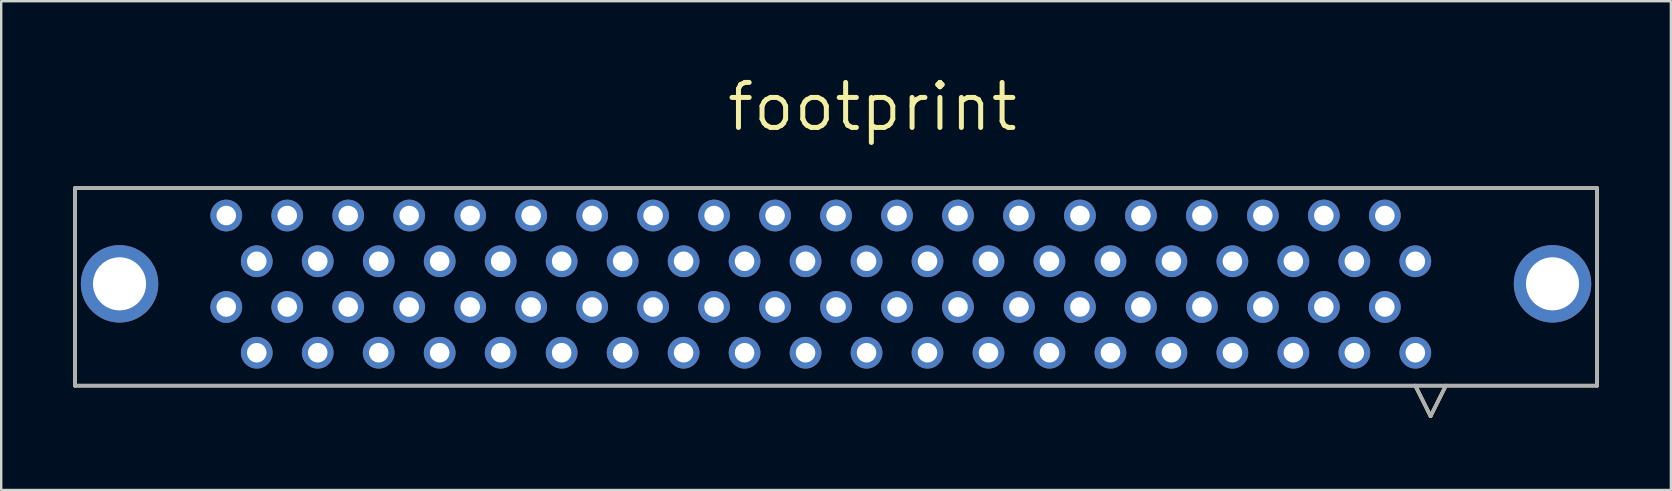
<source format=kicad_pcb>
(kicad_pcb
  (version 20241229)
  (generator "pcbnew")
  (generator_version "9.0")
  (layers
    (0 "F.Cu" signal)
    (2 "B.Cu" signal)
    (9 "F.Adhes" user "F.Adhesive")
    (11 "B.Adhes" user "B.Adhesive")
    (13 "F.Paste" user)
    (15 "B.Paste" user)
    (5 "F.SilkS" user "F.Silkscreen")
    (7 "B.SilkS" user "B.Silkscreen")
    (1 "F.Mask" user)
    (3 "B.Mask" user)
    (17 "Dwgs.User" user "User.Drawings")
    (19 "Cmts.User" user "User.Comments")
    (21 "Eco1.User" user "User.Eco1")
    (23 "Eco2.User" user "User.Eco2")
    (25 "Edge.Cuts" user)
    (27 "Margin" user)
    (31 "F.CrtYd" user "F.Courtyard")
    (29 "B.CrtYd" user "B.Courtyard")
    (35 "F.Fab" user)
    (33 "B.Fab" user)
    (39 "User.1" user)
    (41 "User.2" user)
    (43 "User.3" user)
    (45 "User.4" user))
  (footprint "footprint"
    (layer "F.Cu")
    (at 31.775 4.785)
    (property "Reference" "footprint" (at -4.648 -2.286 0) (layer "F.SilkS") (effects (font (size 1.875 1.875) (thickness 0.208)) (justify left bottom)))
    (fp_line (start -31.699 0) (end -31.699 8.23) (stroke (width 0.152) (type solid)) (layer "F.SilkS"))
    (fp_line (start -31.699 8.23) (end 31.699 8.23) (stroke (width 0.152) (type solid)) (layer "F.SilkS"))
    (fp_line (start 24.13 8.23) (end 24.765 9.5) (stroke (width 0.152) (type solid)) (layer "F.SilkS"))
    (fp_line (start 25.4 8.23) (end 24.765 9.5) (stroke (width 0.152) (type solid)) (layer "F.SilkS"))
    (fp_line (start 31.699 0) (end -31.699 0) (stroke (width 0.152) (type solid)) (layer "F.SilkS"))
    (fp_line (start 31.699 8.23) (end 31.699 0) (stroke (width 0.152) (type solid)) (layer "F.SilkS"))
    (fp_line (start -31.699 0) (end -31.699 8.23) (stroke (width 0.152) (type solid)) (layer "F.Fab"))
    (fp_line (start -31.699 8.23) (end 31.699 8.23) (stroke (width 0.152) (type solid)) (layer "F.Fab"))
    (fp_line (start 24.13 8.23) (end 24.765 9.5) (stroke (width 0.152) (type solid)) (layer "F.Fab"))
    (fp_line (start 25.4 8.23) (end 24.765 9.5) (stroke (width 0.152) (type solid)) (layer "F.Fab"))
    (fp_line (start 31.699 0) (end -31.699 0) (stroke (width 0.152) (type solid)) (layer "F.Fab"))
    (fp_line (start 31.699 8.23) (end 31.699 0) (stroke (width 0.152) (type solid)) (layer "F.Fab"))
    (pad "1" thru_hole circle (at 24.13 6.858) (size 1.321 1.321) (drill 0.813) (layers "*.Cu" "*.Mask"))
    (pad "2" thru_hole circle (at 22.86 4.953) (size 1.321 1.321) (drill 0.813) (layers "*.Cu" "*.Mask"))
    (pad "3" thru_hole circle (at 21.59 6.858) (size 1.321 1.321) (drill 0.813) (layers "*.Cu" "*.Mask"))
    (pad "4" thru_hole circle (at 20.32 4.953) (size 1.321 1.321) (drill 0.813) (layers "*.Cu" "*.Mask"))
    (pad "5" thru_hole circle (at 19.05 6.858) (size 1.321 1.321) (drill 0.813) (layers "*.Cu" "*.Mask"))
    (pad "6" thru_hole circle (at 17.78 4.953) (size 1.321 1.321) (drill 0.813) (layers "*.Cu" "*.Mask"))
    (pad "7" thru_hole circle (at 16.51 6.858) (size 1.321 1.321) (drill 0.813) (layers "*.Cu" "*.Mask"))
    (pad "8" thru_hole circle (at 15.24 4.953) (size 1.321 1.321) (drill 0.813) (layers "*.Cu" "*.Mask"))
    (pad "9" thru_hole circle (at 13.97 6.858) (size 1.321 1.321) (drill 0.813) (layers "*.Cu" "*.Mask"))
    (pad "10" thru_hole circle (at 12.7 4.953) (size 1.321 1.321) (drill 0.813) (layers "*.Cu" "*.Mask"))
    (pad "11" thru_hole circle (at 11.43 6.858) (size 1.321 1.321) (drill 0.813) (layers "*.Cu" "*.Mask"))
    (pad "12" thru_hole circle (at 10.16 4.953) (size 1.321 1.321) (drill 0.813) (layers "*.Cu" "*.Mask"))
    (pad "13" thru_hole circle (at 8.89 6.858) (size 1.321 1.321) (drill 0.813) (layers "*.Cu" "*.Mask"))
    (pad "14" thru_hole circle (at 7.62 4.953) (size 1.321 1.321) (drill 0.813) (layers "*.Cu" "*.Mask"))
    (pad "15" thru_hole circle (at 6.35 6.858) (size 1.321 1.321) (drill 0.813) (layers "*.Cu" "*.Mask"))
    (pad "16" thru_hole circle (at 5.08 4.953) (size 1.321 1.321) (drill 0.813) (layers "*.Cu" "*.Mask"))
    (pad "17" thru_hole circle (at 3.81 6.858) (size 1.321 1.321) (drill 0.813) (layers "*.Cu" "*.Mask"))
    (pad "18" thru_hole circle (at 2.54 4.953) (size 1.321 1.321) (drill 0.813) (layers "*.Cu" "*.Mask"))
    (pad "19" thru_hole circle (at 1.27 6.858) (size 1.321 1.321) (drill 0.813) (layers "*.Cu" "*.Mask"))
    (pad "20" thru_hole circle (at 0 4.953) (size 1.321 1.321) (drill 0.813) (layers "*.Cu" "*.Mask"))
    (pad "21" thru_hole circle (at -1.27 6.858) (size 1.321 1.321) (drill 0.813) (layers "*.Cu" "*.Mask"))
    (pad "22" thru_hole circle (at -2.54 4.953) (size 1.321 1.321) (drill 0.813) (layers "*.Cu" "*.Mask"))
    (pad "23" thru_hole circle (at -3.81 6.858) (size 1.321 1.321) (drill 0.813) (layers "*.Cu" "*.Mask"))
    (pad "24" thru_hole circle (at -5.08 4.953) (size 1.321 1.321) (drill 0.813) (layers "*.Cu" "*.Mask"))
    (pad "25" thru_hole circle (at -6.35 6.858) (size 1.321 1.321) (drill 0.813) (layers "*.Cu" "*.Mask"))
    (pad "26" thru_hole circle (at -7.62 4.953) (size 1.321 1.321) (drill 0.813) (layers "*.Cu" "*.Mask"))
    (pad "27" thru_hole circle (at -8.89 6.858) (size 1.321 1.321) (drill 0.813) (layers "*.Cu" "*.Mask"))
    (pad "28" thru_hole circle (at -10.16 4.953) (size 1.321 1.321) (drill 0.813) (layers "*.Cu" "*.Mask"))
    (pad "29" thru_hole circle (at -11.43 6.858) (size 1.321 1.321) (drill 0.813) (layers "*.Cu" "*.Mask"))
    (pad "30" thru_hole circle (at -12.7 4.953) (size 1.321 1.321) (drill 0.813) (layers "*.Cu" "*.Mask"))
    (pad "31" thru_hole circle (at -13.97 6.858) (size 1.321 1.321) (drill 0.813) (layers "*.Cu" "*.Mask"))
    (pad "32" thru_hole circle (at -15.24 4.953) (size 1.321 1.321) (drill 0.813) (layers "*.Cu" "*.Mask"))
    (pad "33" thru_hole circle (at -16.51 6.858) (size 1.321 1.321) (drill 0.813) (layers "*.Cu" "*.Mask"))
    (pad "34" thru_hole circle (at -17.78 4.953) (size 1.321 1.321) (drill 0.813) (layers "*.Cu" "*.Mask"))
    (pad "35" thru_hole circle (at -19.05 6.858) (size 1.321 1.321) (drill 0.813) (layers "*.Cu" "*.Mask"))
    (pad "36" thru_hole circle (at -20.32 4.953) (size 1.321 1.321) (drill 0.813) (layers "*.Cu" "*.Mask"))
    (pad "37" thru_hole circle (at -21.59 6.858) (size 1.321 1.321) (drill 0.813) (layers "*.Cu" "*.Mask"))
    (pad "38" thru_hole circle (at -22.86 4.953) (size 1.321 1.321) (drill 0.813) (layers "*.Cu" "*.Mask"))
    (pad "39" thru_hole circle (at -24.13 6.858) (size 1.321 1.321) (drill 0.813) (layers "*.Cu" "*.Mask"))
    (pad "40" thru_hole circle (at -25.4 4.953) (size 1.321 1.321) (drill 0.813) (layers "*.Cu" "*.Mask"))
    (pad "41" thru_hole circle (at 24.13 3.048) (size 1.321 1.321) (drill 0.813) (layers "*.Cu" "*.Mask"))
    (pad "42" thru_hole circle (at 22.86 1.143) (size 1.321 1.321) (drill 0.813) (layers "*.Cu" "*.Mask"))
    (pad "43" thru_hole circle (at 21.59 3.048) (size 1.321 1.321) (drill 0.813) (layers "*.Cu" "*.Mask"))
    (pad "44" thru_hole circle (at 20.32 1.143) (size 1.321 1.321) (drill 0.813) (layers "*.Cu" "*.Mask"))
    (pad "45" thru_hole circle (at 19.05 3.048) (size 1.321 1.321) (drill 0.813) (layers "*.Cu" "*.Mask"))
    (pad "46" thru_hole circle (at 17.78 1.143) (size 1.321 1.321) (drill 0.813) (layers "*.Cu" "*.Mask"))
    (pad "47" thru_hole circle (at 16.51 3.048) (size 1.321 1.321) (drill 0.813) (layers "*.Cu" "*.Mask"))
    (pad "48" thru_hole circle (at 15.24 1.143) (size 1.321 1.321) (drill 0.813) (layers "*.Cu" "*.Mask"))
    (pad "49" thru_hole circle (at 13.97 3.048) (size 1.321 1.321) (drill 0.813) (layers "*.Cu" "*.Mask"))
    (pad "50" thru_hole circle (at 12.7 1.143) (size 1.321 1.321) (drill 0.813) (layers "*.Cu" "*.Mask"))
    (pad "51" thru_hole circle (at 11.43 3.048) (size 1.321 1.321) (drill 0.813) (layers "*.Cu" "*.Mask"))
    (pad "52" thru_hole circle (at 10.16 1.143) (size 1.321 1.321) (drill 0.813) (layers "*.Cu" "*.Mask"))
    (pad "53" thru_hole circle (at 8.89 3.048) (size 1.321 1.321) (drill 0.813) (layers "*.Cu" "*.Mask"))
    (pad "54" thru_hole circle (at 7.62 1.143) (size 1.321 1.321) (drill 0.813) (layers "*.Cu" "*.Mask"))
    (pad "55" thru_hole circle (at 6.35 3.048) (size 1.321 1.321) (drill 0.813) (layers "*.Cu" "*.Mask"))
    (pad "56" thru_hole circle (at 5.08 1.143) (size 1.321 1.321) (drill 0.813) (layers "*.Cu" "*.Mask"))
    (pad "57" thru_hole circle (at 3.81 3.048) (size 1.321 1.321) (drill 0.813) (layers "*.Cu" "*.Mask"))
    (pad "58" thru_hole circle (at 2.54 1.143) (size 1.321 1.321) (drill 0.813) (layers "*.Cu" "*.Mask"))
    (pad "59" thru_hole circle (at 1.27 3.048) (size 1.321 1.321) (drill 0.813) (layers "*.Cu" "*.Mask"))
    (pad "60" thru_hole circle (at 0 1.143) (size 1.321 1.321) (drill 0.813) (layers "*.Cu" "*.Mask"))
    (pad "61" thru_hole circle (at -1.27 3.048) (size 1.321 1.321) (drill 0.813) (layers "*.Cu" "*.Mask"))
    (pad "62" thru_hole circle (at -2.54 1.143) (size 1.321 1.321) (drill 0.813) (layers "*.Cu" "*.Mask"))
    (pad "63" thru_hole circle (at -3.81 3.048) (size 1.321 1.321) (drill 0.813) (layers "*.Cu" "*.Mask"))
    (pad "64" thru_hole circle (at -5.08 1.143) (size 1.321 1.321) (drill 0.813) (layers "*.Cu" "*.Mask"))
    (pad "65" thru_hole circle (at -6.35 3.048) (size 1.321 1.321) (drill 0.813) (layers "*.Cu" "*.Mask"))
    (pad "66" thru_hole circle (at -7.62 1.143) (size 1.321 1.321) (drill 0.813) (layers "*.Cu" "*.Mask"))
    (pad "67" thru_hole circle (at -8.89 3.048) (size 1.321 1.321) (drill 0.813) (layers "*.Cu" "*.Mask"))
    (pad "68" thru_hole circle (at -10.16 1.143) (size 1.321 1.321) (drill 0.813) (layers "*.Cu" "*.Mask"))
    (pad "69" thru_hole circle (at -11.43 3.048) (size 1.321 1.321) (drill 0.813) (layers "*.Cu" "*.Mask"))
    (pad "70" thru_hole circle (at -12.7 1.143) (size 1.321 1.321) (drill 0.813) (layers "*.Cu" "*.Mask"))
    (pad "71" thru_hole circle (at -13.97 3.048) (size 1.321 1.321) (drill 0.813) (layers "*.Cu" "*.Mask"))
    (pad "72" thru_hole circle (at -15.24 1.143) (size 1.321 1.321) (drill 0.813) (layers "*.Cu" "*.Mask"))
    (pad "73" thru_hole circle (at -16.51 3.048) (size 1.321 1.321) (drill 0.813) (layers "*.Cu" "*.Mask"))
    (pad "74" thru_hole circle (at -17.78 1.143) (size 1.321 1.321) (drill 0.813) (layers "*.Cu" "*.Mask"))
    (pad "75" thru_hole circle (at -19.05 3.048) (size 1.321 1.321) (drill 0.813) (layers "*.Cu" "*.Mask"))
    (pad "76" thru_hole circle (at -20.32 1.143) (size 1.321 1.321) (drill 0.813) (layers "*.Cu" "*.Mask"))
    (pad "77" thru_hole circle (at -21.59 3.048) (size 1.321 1.321) (drill 0.813) (layers "*.Cu" "*.Mask"))
    (pad "78" thru_hole circle (at -22.86 1.143) (size 1.321 1.321) (drill 0.813) (layers "*.Cu" "*.Mask"))
    (pad "79" thru_hole circle (at -24.13 3.048) (size 1.321 1.321) (drill 0.813) (layers "*.Cu" "*.Mask"))
    (pad "80" thru_hole circle (at -25.4 1.143) (size 1.321 1.321) (drill 0.813) (layers "*.Cu" "*.Mask"))
    (pad "81" thru_hole circle (at -29.845 3.988) (size 3.226 3.226) (drill 2.21) (layers "*.Cu" "*.Mask"))
    (pad "82" thru_hole circle (at 29.845 3.988) (size 3.226 3.226) (drill 2.21) (layers "*.Cu" "*.Mask")))
  (gr_rect
    (start -3 -3)
    (end 66.551 17.361)
    (stroke (width 0.1) (type default))
    (fill no)
    (layer "Edge.Cuts")))
</source>
